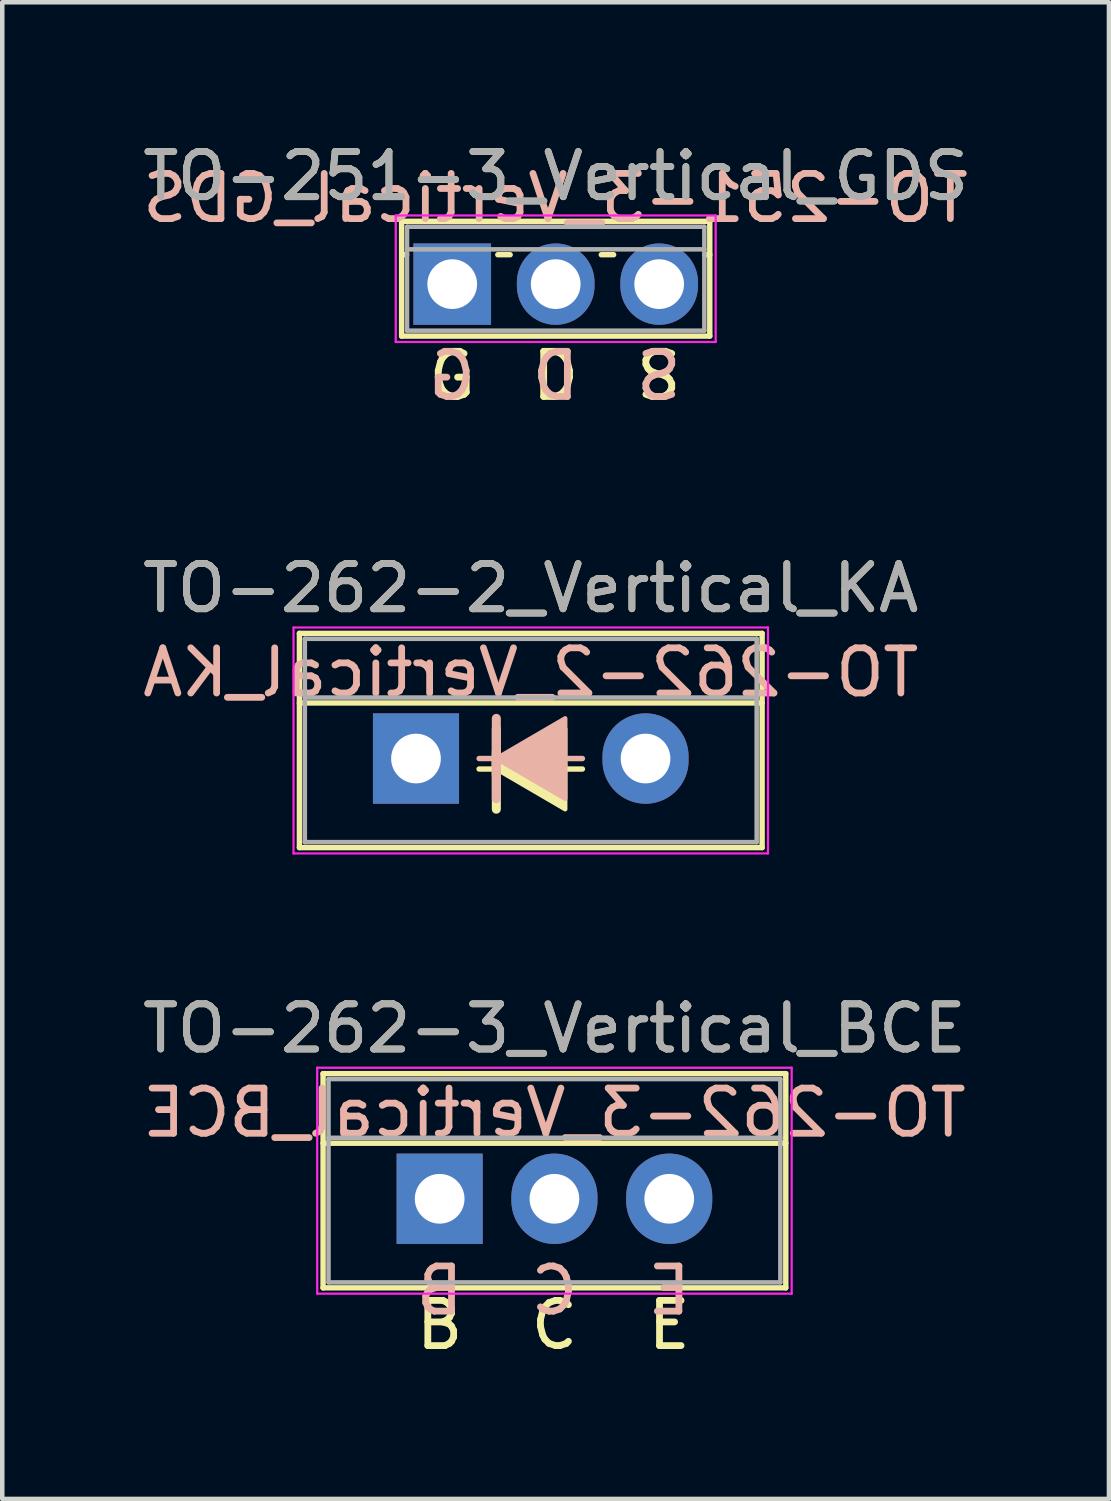
<source format=kicad_pcb>
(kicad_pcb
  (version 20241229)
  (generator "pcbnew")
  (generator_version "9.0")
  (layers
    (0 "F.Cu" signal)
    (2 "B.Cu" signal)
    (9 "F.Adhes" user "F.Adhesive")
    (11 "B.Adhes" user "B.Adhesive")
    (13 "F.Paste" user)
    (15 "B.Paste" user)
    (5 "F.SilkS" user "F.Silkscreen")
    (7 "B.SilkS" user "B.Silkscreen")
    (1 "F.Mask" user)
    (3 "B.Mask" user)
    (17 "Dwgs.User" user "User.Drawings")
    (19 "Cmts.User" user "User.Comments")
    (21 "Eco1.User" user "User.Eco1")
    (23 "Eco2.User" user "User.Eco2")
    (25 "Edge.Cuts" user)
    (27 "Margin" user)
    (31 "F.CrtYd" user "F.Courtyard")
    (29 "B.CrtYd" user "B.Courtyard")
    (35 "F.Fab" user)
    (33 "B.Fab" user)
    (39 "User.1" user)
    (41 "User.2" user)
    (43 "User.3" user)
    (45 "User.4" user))
  (footprint "TO-262-2_Vertical_KA"
    (layer "F.Cu")
    (at 6.156 13.737)
    (property "Reference" "TO-262-2_Vertical_KA" (at 2.54 -3.77 0) (layer "F.SilkS") (effects (font (size 1 1) (thickness 0.15))))
    (fp_line (start -2.58 -2.77) (end -2.58 1.971) (stroke (width 0.12) (type solid)) (layer "F.SilkS"))
    (fp_line (start -2.58 -2.77) (end 7.66 -2.77) (stroke (width 0.12) (type solid)) (layer "F.SilkS"))
    (fp_line (start -2.58 -1.23) (end 7.66 -1.23) (stroke (width 0.12) (type solid)) (layer "F.SilkS"))
    (fp_line (start -2.58 1.971) (end 7.66 1.971) (stroke (width 0.12) (type solid)) (layer "F.SilkS"))
    (fp_line (start 1.397 0.232) (end 1.778 0.232) (stroke (width 0.12) (type solid)) (layer "F.SilkS"))
    (fp_line (start 1.778 -0.657) (end 1.778 0.232) (stroke (width 0.2) (type solid)) (layer "F.SilkS"))
    (fp_line (start 1.778 -0.149) (end 1.778 1.121) (stroke (width 0.2) (type solid)) (layer "F.SilkS"))
    (fp_line (start 3.683 0.232) (end 3.302 0.232) (stroke (width 0.12) (type solid)) (layer "F.SilkS"))
    (fp_line (start 7.66 -2.77) (end 7.66 1.971) (stroke (width 0.12) (type solid)) (layer "F.SilkS"))
    (fp_poly (pts (xy 3.302 1.121) (xy 1.778 0.232) (xy 3.302 -0.657)) (stroke (width 0.1) (type solid)) (fill yes) (layer "F.SilkS"))
    (fp_line (start 1.397 0) (end 1.778 0) (stroke (width 0.12) (type solid)) (layer "B.SilkS"))
    (fp_line (start 1.778 0.381) (end 1.778 -0.889) (stroke (width 0.2) (type solid)) (layer "B.SilkS"))
    (fp_line (start 1.778 0.889) (end 1.778 0) (stroke (width 0.2) (type solid)) (layer "B.SilkS"))
    (fp_line (start 3.683 0) (end 3.302 0) (stroke (width 0.12) (type solid)) (layer "B.SilkS"))
    (fp_poly (pts (xy 3.302 -0.889) (xy 1.778 0) (xy 3.302 0.889)) (stroke (width 0.1) (type solid)) (fill yes) (layer "B.SilkS"))
    (fp_line (start -2.71 -2.9) (end -2.71 2.1) (stroke (width 0.05) (type solid)) (layer "F.CrtYd"))
    (fp_line (start -2.71 2.1) (end 7.79 2.1) (stroke (width 0.05) (type solid)) (layer "F.CrtYd"))
    (fp_line (start 7.79 -2.9) (end -2.71 -2.9) (stroke (width 0.05) (type solid)) (layer "F.CrtYd"))
    (fp_line (start 7.79 2.1) (end 7.79 -2.9) (stroke (width 0.05) (type solid)) (layer "F.CrtYd"))
    (fp_line (start -2.46 -2.65) (end -2.46 1.85) (stroke (width 0.1) (type solid)) (layer "F.Fab"))
    (fp_line (start -2.46 -1.35) (end 7.54 -1.35) (stroke (width 0.1) (type solid)) (layer "F.Fab"))
    (fp_line (start -2.46 1.85) (end 7.54 1.85) (stroke (width 0.1) (type solid)) (layer "F.Fab"))
    (fp_line (start 7.54 -2.65) (end -2.46 -2.65) (stroke (width 0.1) (type solid)) (layer "F.Fab"))
    (fp_line (start 7.54 1.85) (end 7.54 -2.65) (stroke (width 0.1) (type solid)) (layer "F.Fab"))
    (fp_text user "${REFERENCE}" (at 2.54 -1.905 0) (layer "B.SilkS") (effects (font (size 1 1) (thickness 0.15)) (justify mirror)))
    (fp_text user "${REFERENCE}" (at 2.54 -3.77 0) (layer "F.Fab") (effects (font (size 1 1) (thickness 0.15))))
    (pad "1" thru_hole rect (at 0 0) (size 1.905 2) (drill 1.1) (layers "*.Cu" "*.Mask"))
    (pad "3" thru_hole oval (at 5.08 0) (size 1.905 2) (drill 1.1) (layers "*.Cu" "*.Mask")))
  (footprint "TO-251-3_Vertical_GDS"
    (layer "F.Cu")
    (at 6.958 3.238)
    (property "Reference" "TO-251-3_Vertical_GDS" (at 2.29 -2.39 0) (layer "F.SilkS") (effects (font (size 1 1) (thickness 0.15))))
    (fp_line (start -1.12 -1.39) (end -1.12 1.15) (stroke (width 0.12) (type solid)) (layer "F.SilkS"))
    (fp_line (start -1.12 -1.39) (end 5.7 -1.39) (stroke (width 0.12) (type solid)) (layer "F.SilkS"))
    (fp_line (start -1.12 -0.651) (end -1.009 -0.651) (stroke (width 0.12) (type solid)) (layer "F.SilkS"))
    (fp_line (start -1.12 1.15) (end 5.7 1.15) (stroke (width 0.12) (type solid)) (layer "F.SilkS"))
    (fp_line (start 1.009 -0.651) (end 1.282 -0.651) (stroke (width 0.12) (type solid)) (layer "F.SilkS"))
    (fp_line (start 3.299 -0.651) (end 3.572 -0.651) (stroke (width 0.12) (type solid)) (layer "F.SilkS"))
    (fp_line (start 5.589 -0.651) (end 5.7 -0.651) (stroke (width 0.12) (type solid)) (layer "F.SilkS"))
    (fp_line (start 5.7 -1.39) (end 5.7 1.15) (stroke (width 0.12) (type solid)) (layer "F.SilkS"))
    (fp_line (start -1.25 -1.52) (end -1.25 1.28) (stroke (width 0.05) (type solid)) (layer "F.CrtYd"))
    (fp_line (start -1.25 1.28) (end 5.83 1.28) (stroke (width 0.05) (type solid)) (layer "F.CrtYd"))
    (fp_line (start 5.83 -1.52) (end -1.25 -1.52) (stroke (width 0.05) (type solid)) (layer "F.CrtYd"))
    (fp_line (start 5.83 1.28) (end 5.83 -1.52) (stroke (width 0.05) (type solid)) (layer "F.CrtYd"))
    (fp_line (start -1 -1.27) (end -1 1.03) (stroke (width 0.1) (type solid)) (layer "F.Fab"))
    (fp_line (start -1 -0.77) (end 5.58 -0.77) (stroke (width 0.1) (type solid)) (layer "F.Fab"))
    (fp_line (start -1 1.03) (end 5.58 1.03) (stroke (width 0.1) (type solid)) (layer "F.Fab"))
    (fp_line (start 5.58 -1.27) (end -1 -1.27) (stroke (width 0.1) (type solid)) (layer "F.Fab"))
    (fp_line (start 5.58 1.03) (end 5.58 -1.27) (stroke (width 0.1) (type solid)) (layer "F.Fab"))
    (fp_text user "S" (at 4.572 2.032 0) (layer "F.SilkS") (effects (font (size 1 1) (thickness 0.15))))
    (fp_text user "D" (at 2.286 2.032 0) (layer "F.SilkS") (effects (font (size 1 1) (thickness 0.15))))
    (fp_text user "G" (at 0 2.032 0) (layer "F.SilkS") (effects (font (size 1 1) (thickness 0.15))))
    (fp_text user "S" (at 4.572 2.032 0) (layer "B.SilkS") (effects (font (size 1 1) (thickness 0.15)) (justify mirror)))
    (fp_text user "${REFERENCE}" (at 2.286 -1.905 0) (layer "B.SilkS") (effects (font (size 1 1) (thickness 0.15)) (justify mirror)))
    (fp_text user "G" (at 0 2.032 0) (layer "B.SilkS") (effects (font (size 1 1) (thickness 0.15)) (justify mirror)))
    (fp_text user "D" (at 2.286 2.032 0) (layer "B.SilkS") (effects (font (size 1 1) (thickness 0.15)) (justify mirror)))
    (fp_text user "${REFERENCE}" (at 2.29 -2.39 0) (layer "F.Fab") (effects (font (size 1 1) (thickness 0.15))))
    (pad "1" thru_hole rect (at 0 0) (size 1.718 1.8) (drill 1.1) (layers "*.Cu" "*.Mask"))
    (pad "2" thru_hole oval (at 2.29 0) (size 1.718 1.8) (drill 1.1) (layers "*.Cu" "*.Mask"))
    (pad "3" thru_hole oval (at 4.58 0) (size 1.718 1.8) (drill 1.1) (layers "*.Cu" "*.Mask")))
  (footprint "TO-262-3_Vertical_BCE"
    (layer "F.Cu")
    (at 6.68 23.48)
    (property "Reference" "TO-262-3_Vertical_BCE" (at 2.54 -3.77 0) (layer "F.SilkS") (effects (font (size 1 1) (thickness 0.15))))
    (fp_line (start -2.58 -2.77) (end -2.58 1.971) (stroke (width 0.12) (type solid)) (layer "F.SilkS"))
    (fp_line (start -2.58 -2.77) (end 7.66 -2.77) (stroke (width 0.12) (type solid)) (layer "F.SilkS"))
    (fp_line (start -2.58 -1.23) (end 7.66 -1.23) (stroke (width 0.12) (type solid)) (layer "F.SilkS"))
    (fp_line (start -2.58 1.971) (end 7.66 1.971) (stroke (width 0.12) (type solid)) (layer "F.SilkS"))
    (fp_line (start 7.66 -2.77) (end 7.66 1.971) (stroke (width 0.12) (type solid)) (layer "F.SilkS"))
    (fp_line (start -2.71 -2.9) (end -2.71 2.1) (stroke (width 0.05) (type solid)) (layer "F.CrtYd"))
    (fp_line (start -2.71 2.1) (end 7.79 2.1) (stroke (width 0.05) (type solid)) (layer "F.CrtYd"))
    (fp_line (start 7.79 -2.9) (end -2.71 -2.9) (stroke (width 0.05) (type solid)) (layer "F.CrtYd"))
    (fp_line (start 7.79 2.1) (end 7.79 -2.9) (stroke (width 0.05) (type solid)) (layer "F.CrtYd"))
    (fp_line (start -2.46 -2.65) (end -2.46 1.85) (stroke (width 0.1) (type solid)) (layer "F.Fab"))
    (fp_line (start -2.46 -1.35) (end 7.54 -1.35) (stroke (width 0.1) (type solid)) (layer "F.Fab"))
    (fp_line (start -2.46 1.85) (end 7.54 1.85) (stroke (width 0.1) (type solid)) (layer "F.Fab"))
    (fp_line (start 7.54 -2.65) (end -2.46 -2.65) (stroke (width 0.1) (type solid)) (layer "F.Fab"))
    (fp_line (start 7.54 1.85) (end 7.54 -2.65) (stroke (width 0.1) (type solid)) (layer "F.Fab"))
    (fp_text user "C" (at 2.54 2.794 0) (unlocked yes) (layer "F.SilkS") (effects (font (size 1 1) (thickness 0.15))))
    (fp_text user "B" (at 0 2.794 0) (unlocked yes) (layer "F.SilkS") (effects (font (size 1 1) (thickness 0.15))))
    (fp_text user "E" (at 5.08 2.794 0) (unlocked yes) (layer "F.SilkS") (effects (font (size 1 1) (thickness 0.15))))
    (fp_text user "C" (at 2.54 2.032 0) (unlocked yes) (layer "B.SilkS") (effects (font (size 1 1) (thickness 0.15)) (justify mirror)))
    (fp_text user "${REFERENCE}" (at 2.54 -1.905 0) (layer "B.SilkS") (effects (font (size 1 1) (thickness 0.15)) (justify mirror)))
    (fp_text user "B" (at 0 2.032 0) (unlocked yes) (layer "B.SilkS") (effects (font (size 1 1) (thickness 0.15)) (justify mirror)))
    (fp_text user "E" (at 5.08 2.032 0) (unlocked yes) (layer "B.SilkS") (effects (font (size 1 1) (thickness 0.15)) (justify mirror)))
    (fp_text user "${REFERENCE}" (at 2.54 -3.77 0) (layer "F.Fab") (effects (font (size 1 1) (thickness 0.15))))
    (pad "1" thru_hole rect (at 0 0) (size 1.905 2) (drill 1.1) (layers "*.Cu" "*.Mask"))
    (pad "2" thru_hole oval (at 2.54 0) (size 1.905 2) (drill 1.1) (layers "*.Cu" "*.Mask"))
    (pad "3" thru_hole oval (at 5.08 0) (size 1.905 2) (drill 1.1) (layers "*.Cu" "*.Mask")))
  (gr_rect
    (start -3 -3)
    (end 21.492 30.122)
    (stroke (width 0.1) (type default))
    (fill no)
    (layer "Edge.Cuts")))
</source>
